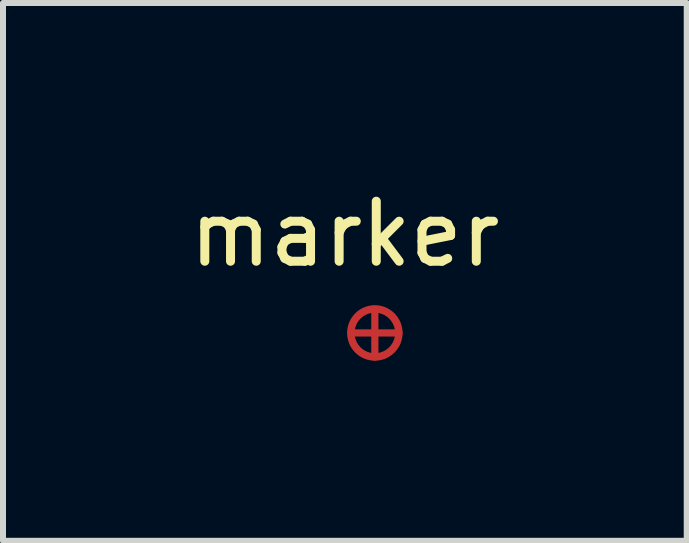
<source format=kicad_pcb>
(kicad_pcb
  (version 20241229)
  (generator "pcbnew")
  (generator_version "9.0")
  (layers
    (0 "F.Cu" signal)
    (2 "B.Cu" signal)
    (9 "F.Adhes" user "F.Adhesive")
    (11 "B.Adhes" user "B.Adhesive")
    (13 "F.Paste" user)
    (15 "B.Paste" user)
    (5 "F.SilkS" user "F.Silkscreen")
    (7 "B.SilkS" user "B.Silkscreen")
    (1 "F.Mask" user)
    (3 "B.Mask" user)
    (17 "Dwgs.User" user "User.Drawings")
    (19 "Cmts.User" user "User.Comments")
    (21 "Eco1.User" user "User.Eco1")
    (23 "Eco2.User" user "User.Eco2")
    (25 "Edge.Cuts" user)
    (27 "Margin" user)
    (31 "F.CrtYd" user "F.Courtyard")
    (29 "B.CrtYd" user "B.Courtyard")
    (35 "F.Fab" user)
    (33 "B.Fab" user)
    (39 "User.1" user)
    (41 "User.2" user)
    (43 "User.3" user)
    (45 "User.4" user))
  (footprint "marker"
    (layer "F.Cu")
    (at 3.196 2.498)
    (property "Reference" "marker" (at -0.5 -1.65 0) (layer "F.SilkS") (effects (font (size 1 1) (thickness 0.15))))
    (attr through_hole)
    (fp_line (start -0.35 0) (end 0.4 0) (stroke (width 0.12) (type solid)) (layer "F.Cu"))
    (fp_line (start 0 -0.35) (end 0 0.4) (stroke (width 0.12) (type solid)) (layer "F.Cu"))
    (fp_circle (center 0 0) (end 0.4 0) (stroke (width 0.125) (type solid)) (fill no) (layer "F.Cu")))
  (gr_rect
    (start -3 -3)
    (end 8.393 5.961)
    (stroke (width 0.1) (type default))
    (fill no)
    (layer "Edge.Cuts")))
</source>
